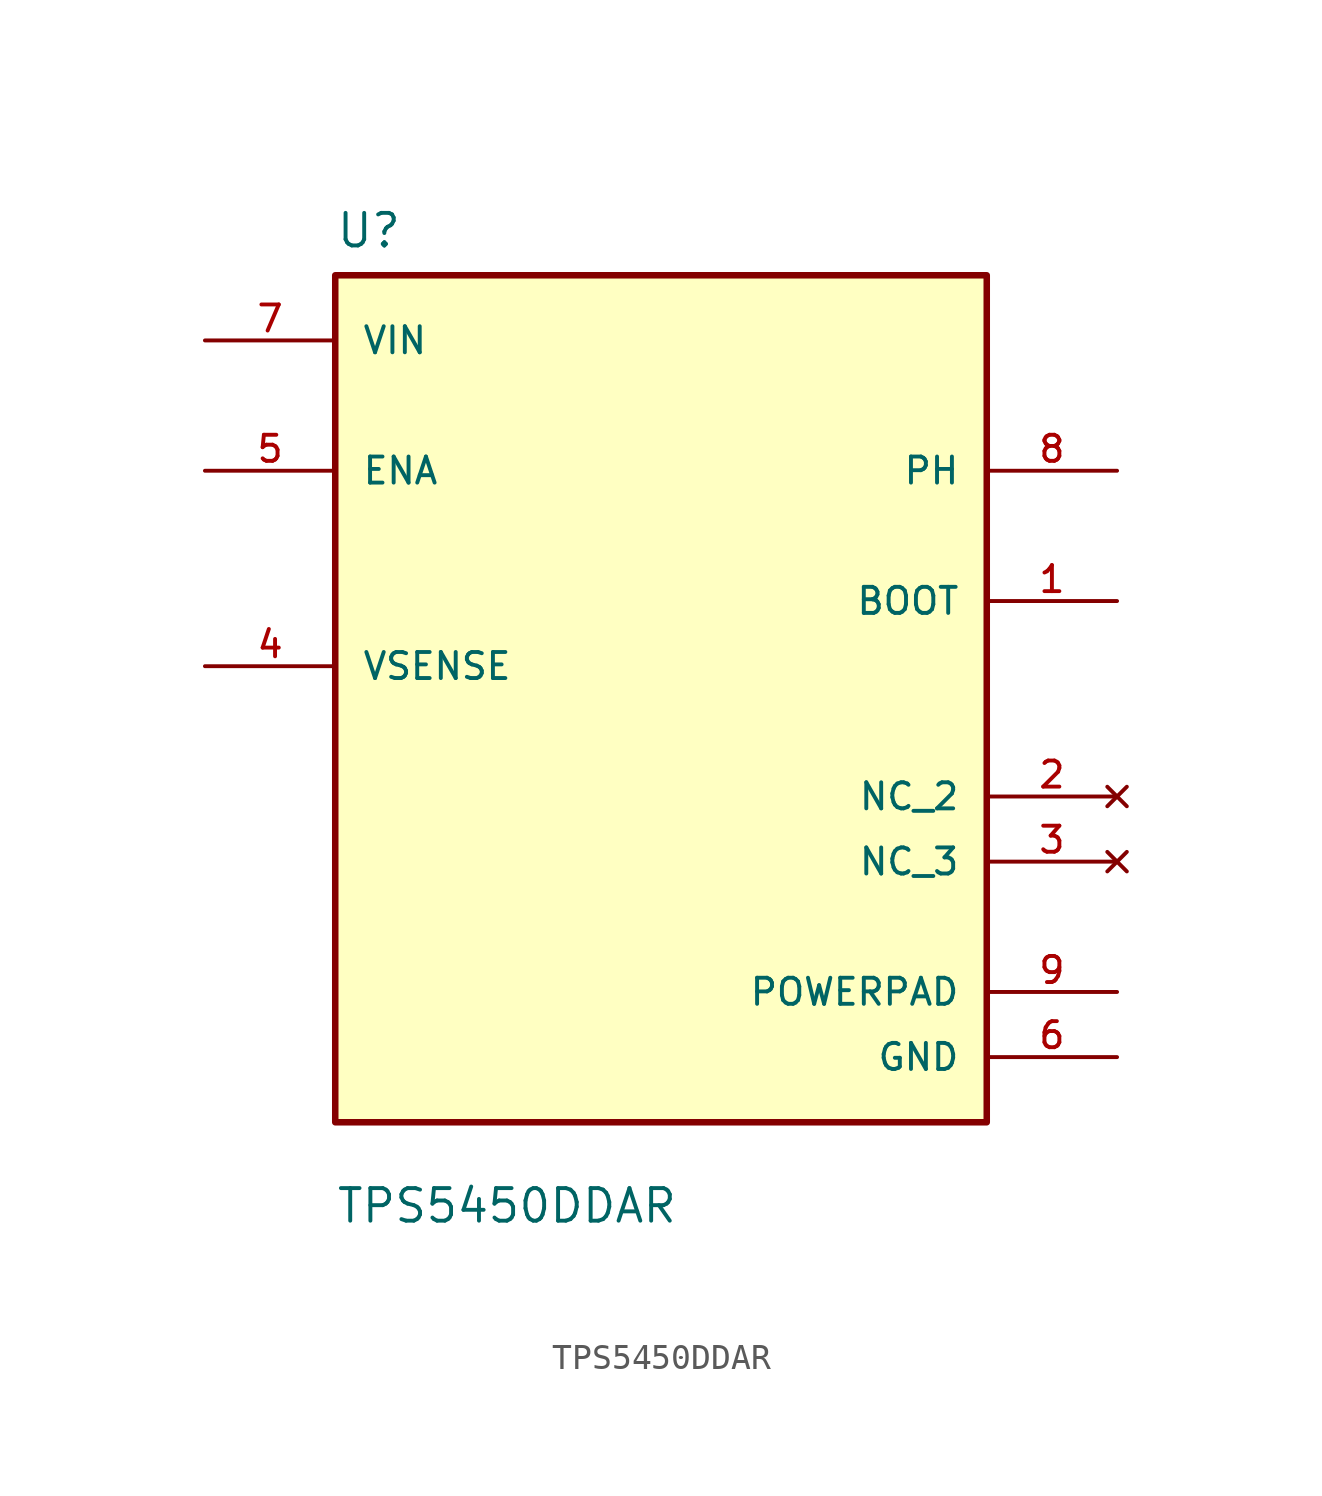
<source format=kicad_sym>
(kicad_symbol_lib
  (version 20211014)
  (generator kicad_symbol_editor)
  (symbol "TPS5450DDAR"
    (pin_names
      (offset 1.016))
    (property "Reference" "U"
      (at -12.7 18.78 0.0)
      (effects (font (size 1.27 1.27)) (justify bottom left)))
    (property "Value" "TPS5450DDAR"
      (at -12.7 -19.24 0.0)
      (effects (font (size 1.27 1.27)) (justify bottom left)))
    (symbol "TPS5450DDAR_0_0"
      (rectangle (start -12.7 -15.24) (end 12.7 17.78) (stroke (width 0.254)) (fill (type background)))
      (pin power_in line (at -17.78 15.24 0) (length 5.08) (name "VIN" (effects (font (size 1.016 1.016)))) (number "7" (effects (font (size 1.016 1.016)))))
      (pin output line (at 17.78 5.08 180.0) (length 5.08) (name "BOOT" (effects (font (size 1.016 1.016)))) (number "1" (effects (font (size 1.016 1.016)))))
      (pin input line (at -17.78 10.16 0) (length 5.08) (name "ENA" (effects (font (size 1.016 1.016)))) (number "5" (effects (font (size 1.016 1.016)))))
      (pin output line (at 17.78 10.16 180.0) (length 5.08) (name "PH" (effects (font (size 1.016 1.016)))) (number "8" (effects (font (size 1.016 1.016)))))
      (pin power_in line (at 17.78 -10.16 180.0) (length 5.08) (name "POWERPAD" (effects (font (size 1.016 1.016)))) (number "9" (effects (font (size 1.016 1.016)))))
      (pin input line (at -17.78 2.54 0) (length 5.08) (name "VSENSE" (effects (font (size 1.016 1.016)))) (number "4" (effects (font (size 1.016 1.016)))))
      (pin power_in line (at 17.78 -12.7 180.0) (length 5.08) (name "GND" (effects (font (size 1.016 1.016)))) (number "6" (effects (font (size 1.016 1.016)))))
      (pin no_connect line (at 17.78 -5.08 180.0) (length 5.08) (name "NC_3" (effects (font (size 1.016 1.016)))) (number "3" (effects (font (size 1.016 1.016)))))
      (pin no_connect line (at 17.78 -2.54 180.0) (length 5.08) (name "NC_2" (effects (font (size 1.016 1.016)))) (number "2" (effects (font (size 1.016 1.016))))))))
</source>
